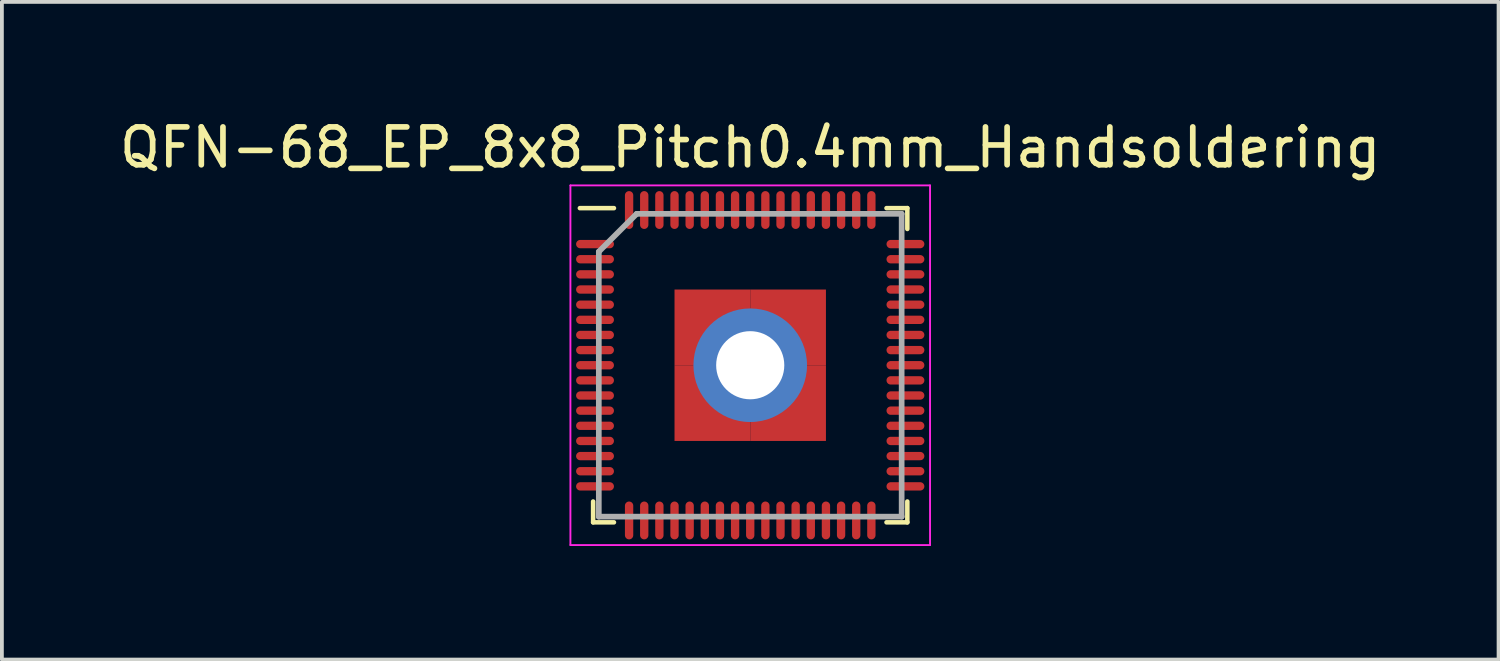
<source format=kicad_pcb>
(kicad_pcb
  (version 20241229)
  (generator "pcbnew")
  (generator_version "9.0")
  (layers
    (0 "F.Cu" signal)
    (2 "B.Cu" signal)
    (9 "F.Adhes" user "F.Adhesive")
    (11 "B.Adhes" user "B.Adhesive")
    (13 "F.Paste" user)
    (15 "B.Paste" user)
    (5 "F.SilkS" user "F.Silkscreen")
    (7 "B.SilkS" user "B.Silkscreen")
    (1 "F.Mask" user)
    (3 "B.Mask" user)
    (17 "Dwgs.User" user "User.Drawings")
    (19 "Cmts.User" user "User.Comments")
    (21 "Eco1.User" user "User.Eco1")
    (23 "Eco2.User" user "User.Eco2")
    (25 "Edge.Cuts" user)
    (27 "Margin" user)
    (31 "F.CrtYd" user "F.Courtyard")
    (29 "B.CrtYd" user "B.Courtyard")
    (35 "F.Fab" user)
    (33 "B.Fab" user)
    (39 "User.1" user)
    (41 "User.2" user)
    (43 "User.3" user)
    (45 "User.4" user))
  (footprint "QFN-68_EP_8x8_Pitch0.4mm_Handsoldering"
    (layer "F.Cu")
    (at 16.768 6.598)
    (property "Reference" "QFN-68_EP_8x8_Pitch0.4mm_Handsoldering" (at 0 -5.75 0) (layer "F.SilkS") (effects (font (size 1 1) (thickness 0.15))))
    (attr smd)
    (fp_line (start -4.15 4.15) (end -4.15 3.6) (stroke (width 0.12) (type solid)) (layer "F.SilkS"))
    (fp_line (start -3.6 -4.15) (end -4.5 -4.15) (stroke (width 0.12) (type solid)) (layer "F.SilkS"))
    (fp_line (start -3.6 4.15) (end -4.15 4.15) (stroke (width 0.12) (type solid)) (layer "F.SilkS"))
    (fp_line (start 3.6 -4.15) (end 4.15 -4.15) (stroke (width 0.12) (type solid)) (layer "F.SilkS"))
    (fp_line (start 3.6 4.15) (end 4.15 4.15) (stroke (width 0.12) (type solid)) (layer "F.SilkS"))
    (fp_line (start 4.15 -4.15) (end 4.15 -3.6) (stroke (width 0.12) (type solid)) (layer "F.SilkS"))
    (fp_line (start 4.15 4.15) (end 4.15 3.6) (stroke (width 0.12) (type solid)) (layer "F.SilkS"))
    (fp_line (start -4.75 -4.75) (end 4.75 -4.75) (stroke (width 0.05) (type solid)) (layer "F.CrtYd"))
    (fp_line (start -4.75 4.75) (end -4.75 -4.75) (stroke (width 0.05) (type solid)) (layer "F.CrtYd"))
    (fp_line (start 4.75 -4.75) (end 4.75 4.75) (stroke (width 0.05) (type solid)) (layer "F.CrtYd"))
    (fp_line (start 4.75 4.75) (end -4.75 4.75) (stroke (width 0.05) (type solid)) (layer "F.CrtYd"))
    (fp_line (start -4 -3) (end -4 4) (stroke (width 0.15) (type solid)) (layer "F.Fab"))
    (fp_line (start -4 4) (end 4 4) (stroke (width 0.15) (type solid)) (layer "F.Fab"))
    (fp_line (start -3 -4) (end -4 -3) (stroke (width 0.15) (type solid)) (layer "F.Fab"))
    (fp_line (start 4 -4) (end -3 -4) (stroke (width 0.15) (type solid)) (layer "F.Fab"))
    (fp_line (start 4 4) (end 4 -4) (stroke (width 0.15) (type solid)) (layer "F.Fab"))
    (pad "1" smd oval (at -4.1 -3.2 90) (size 0.22 1) (layers "F.Cu" "F.Mask" "F.Paste"))
    (pad "2" smd oval (at -4.1 -2.8 90) (size 0.22 1) (layers "F.Cu" "F.Mask" "F.Paste"))
    (pad "3" smd oval (at -4.1 -2.4 90) (size 0.22 1) (layers "F.Cu" "F.Mask" "F.Paste"))
    (pad "4" smd oval (at -4.1 -2 90) (size 0.22 1) (layers "F.Cu" "F.Mask" "F.Paste"))
    (pad "5" smd oval (at -4.1 -1.6 90) (size 0.22 1) (layers "F.Cu" "F.Mask" "F.Paste"))
    (pad "6" smd oval (at -4.1 -1.2 90) (size 0.22 1) (layers "F.Cu" "F.Mask" "F.Paste"))
    (pad "7" smd oval (at -4.1 -0.8 90) (size 0.22 1) (layers "F.Cu" "F.Mask" "F.Paste"))
    (pad "8" smd oval (at -4.1 -0.4 90) (size 0.22 1) (layers "F.Cu" "F.Mask" "F.Paste"))
    (pad "9" smd oval (at -4.1 0 90) (size 0.22 1) (layers "F.Cu" "F.Mask" "F.Paste"))
    (pad "10" smd oval (at -4.1 0.4 90) (size 0.22 1) (layers "F.Cu" "F.Mask" "F.Paste"))
    (pad "11" smd oval (at -4.1 0.8 90) (size 0.22 1) (layers "F.Cu" "F.Mask" "F.Paste"))
    (pad "12" smd oval (at -4.1 1.2 90) (size 0.22 1) (layers "F.Cu" "F.Mask" "F.Paste"))
    (pad "13" smd oval (at -4.1 1.6 90) (size 0.22 1) (layers "F.Cu" "F.Mask" "F.Paste"))
    (pad "14" smd oval (at -4.1 2 90) (size 0.22 1) (layers "F.Cu" "F.Mask" "F.Paste"))
    (pad "15" smd oval (at -4.1 2.4 90) (size 0.22 1) (layers "F.Cu" "F.Mask" "F.Paste"))
    (pad "16" smd oval (at -4.1 2.8 90) (size 0.22 1) (layers "F.Cu" "F.Mask" "F.Paste"))
    (pad "17" smd oval (at -4.1 3.2 90) (size 0.22 1) (layers "F.Cu" "F.Mask" "F.Paste"))
    (pad "18" smd oval (at -3.2 4.1) (size 0.22 1) (layers "F.Cu" "F.Mask" "F.Paste"))
    (pad "19" smd oval (at -2.8 4.1) (size 0.22 1) (layers "F.Cu" "F.Mask" "F.Paste"))
    (pad "20" smd oval (at -2.4 4.1) (size 0.22 1) (layers "F.Cu" "F.Mask" "F.Paste"))
    (pad "21" smd oval (at -2 4.1) (size 0.22 1) (layers "F.Cu" "F.Mask" "F.Paste"))
    (pad "22" smd oval (at -1.6 4.1) (size 0.22 1) (layers "F.Cu" "F.Mask" "F.Paste"))
    (pad "23" smd oval (at -1.2 4.1) (size 0.22 1) (layers "F.Cu" "F.Mask" "F.Paste"))
    (pad "24" smd oval (at -0.8 4.1) (size 0.22 1) (layers "F.Cu" "F.Mask" "F.Paste"))
    (pad "25" smd oval (at -0.4 4.1) (size 0.22 1) (layers "F.Cu" "F.Mask" "F.Paste"))
    (pad "26" smd oval (at 0 4.1) (size 0.22 1) (layers "F.Cu" "F.Mask" "F.Paste"))
    (pad "27" smd oval (at 0.4 4.1) (size 0.22 1) (layers "F.Cu" "F.Mask" "F.Paste"))
    (pad "28" smd oval (at 0.8 4.1) (size 0.22 1) (layers "F.Cu" "F.Mask" "F.Paste"))
    (pad "29" smd oval (at 1.2 4.1) (size 0.22 1) (layers "F.Cu" "F.Mask" "F.Paste"))
    (pad "30" smd oval (at 1.6 4.1) (size 0.22 1) (layers "F.Cu" "F.Mask" "F.Paste"))
    (pad "31" smd oval (at 2 4.1) (size 0.22 1) (layers "F.Cu" "F.Mask" "F.Paste"))
    (pad "32" smd oval (at 2.4 4.1) (size 0.22 1) (layers "F.Cu" "F.Mask" "F.Paste"))
    (pad "33" smd oval (at 2.8 4.1) (size 0.22 1) (layers "F.Cu" "F.Mask" "F.Paste"))
    (pad "34" smd oval (at 3.2 4.1) (size 0.22 1) (layers "F.Cu" "F.Mask" "F.Paste"))
    (pad "35" smd oval (at 4.1 3.2 90) (size 0.22 1) (layers "F.Cu" "F.Mask" "F.Paste"))
    (pad "36" smd oval (at 4.1 2.8 90) (size 0.22 1) (layers "F.Cu" "F.Mask" "F.Paste"))
    (pad "37" smd oval (at 4.1 2.4 90) (size 0.22 1) (layers "F.Cu" "F.Mask" "F.Paste"))
    (pad "38" smd oval (at 4.1 2 90) (size 0.22 1) (layers "F.Cu" "F.Mask" "F.Paste"))
    (pad "39" smd oval (at 4.1 1.6 90) (size 0.22 1) (layers "F.Cu" "F.Mask" "F.Paste"))
    (pad "40" smd oval (at 4.1 1.2 90) (size 0.22 1) (layers "F.Cu" "F.Mask" "F.Paste"))
    (pad "41" smd oval (at 4.1 0.8 90) (size 0.22 1) (layers "F.Cu" "F.Mask" "F.Paste"))
    (pad "42" smd oval (at 4.1 0.4 90) (size 0.22 1) (layers "F.Cu" "F.Mask" "F.Paste"))
    (pad "43" smd oval (at 4.1 0 90) (size 0.22 1) (layers "F.Cu" "F.Mask" "F.Paste"))
    (pad "44" smd oval (at 4.1 -0.4 90) (size 0.22 1) (layers "F.Cu" "F.Mask" "F.Paste"))
    (pad "45" smd oval (at 4.1 -0.8 90) (size 0.22 1) (layers "F.Cu" "F.Mask" "F.Paste"))
    (pad "46" smd oval (at 4.1 -1.2 90) (size 0.22 1) (layers "F.Cu" "F.Mask" "F.Paste"))
    (pad "47" smd oval (at 4.1 -1.6 90) (size 0.22 1) (layers "F.Cu" "F.Mask" "F.Paste"))
    (pad "48" smd oval (at 4.1 -2 90) (size 0.22 1) (layers "F.Cu" "F.Mask" "F.Paste"))
    (pad "49" smd oval (at 4.1 -2.4 90) (size 0.22 1) (layers "F.Cu" "F.Mask" "F.Paste"))
    (pad "50" smd oval (at 4.1 -2.8 90) (size 0.22 1) (layers "F.Cu" "F.Mask" "F.Paste"))
    (pad "51" smd oval (at 4.1 -3.2 90) (size 0.22 1) (layers "F.Cu" "F.Mask" "F.Paste"))
    (pad "52" smd oval (at 3.2 -4.1) (size 0.22 1) (layers "F.Cu" "F.Mask" "F.Paste"))
    (pad "53" smd oval (at 2.8 -4.1) (size 0.22 1) (layers "F.Cu" "F.Mask" "F.Paste"))
    (pad "54" smd oval (at 2.4 -4.1) (size 0.22 1) (layers "F.Cu" "F.Mask" "F.Paste"))
    (pad "55" smd oval (at 2 -4.1) (size 0.22 1) (layers "F.Cu" "F.Mask" "F.Paste"))
    (pad "56" smd oval (at 1.6 -4.1) (size 0.22 1) (layers "F.Cu" "F.Mask" "F.Paste"))
    (pad "57" smd oval (at 1.2 -4.1) (size 0.22 1) (layers "F.Cu" "F.Mask" "F.Paste"))
    (pad "58" smd oval (at 0.8 -4.1) (size 0.22 1) (layers "F.Cu" "F.Mask" "F.Paste"))
    (pad "59" smd oval (at 0.4 -4.1) (size 0.22 1) (layers "F.Cu" "F.Mask" "F.Paste"))
    (pad "60" smd oval (at 0 -4.1) (size 0.22 1) (layers "F.Cu" "F.Mask" "F.Paste"))
    (pad "61" smd oval (at -0.4 -4.1) (size 0.22 1) (layers "F.Cu" "F.Mask" "F.Paste"))
    (pad "62" smd oval (at -0.8 -4.1) (size 0.22 1) (layers "F.Cu" "F.Mask" "F.Paste"))
    (pad "63" smd oval (at -1.2 -4.1) (size 0.22 1) (layers "F.Cu" "F.Mask" "F.Paste"))
    (pad "64" smd oval (at -1.6 -4.1) (size 0.22 1) (layers "F.Cu" "F.Mask" "F.Paste"))
    (pad "65" smd oval (at -2 -4.1) (size 0.22 1) (layers "F.Cu" "F.Mask" "F.Paste"))
    (pad "66" smd oval (at -2.4 -4.1) (size 0.22 1) (layers "F.Cu" "F.Mask" "F.Paste"))
    (pad "67" smd oval (at -2.8 -4.1) (size 0.22 1) (layers "F.Cu" "F.Mask" "F.Paste"))
    (pad "68" smd oval (at -3.2 -4.1) (size 0.22 1) (layers "F.Cu" "F.Mask" "F.Paste"))
    (pad "69" smd rect (at -1 -1) (size 2 2) (layers "F.Cu" "F.Mask" "F.Paste"))
    (pad "69" smd rect (at -1 1) (size 2 2) (layers "F.Cu" "F.Mask" "F.Paste"))
    (pad "69" thru_hole circle (at 0 0) (size 3 3) (drill 1.8) (layers "*.Cu" "*.Mask"))
    (pad "69" smd rect (at 1 -1) (size 2 2) (layers "F.Cu" "F.Mask" "F.Paste"))
    (pad "69" smd rect (at 1 1) (size 2 2) (layers "F.Cu" "F.Mask" "F.Paste")))
  (gr_rect
    (start -3 -3)
    (end 36.536 14.373)
    (stroke (width 0.1) (type default))
    (fill no)
    (layer "Edge.Cuts")))
</source>
